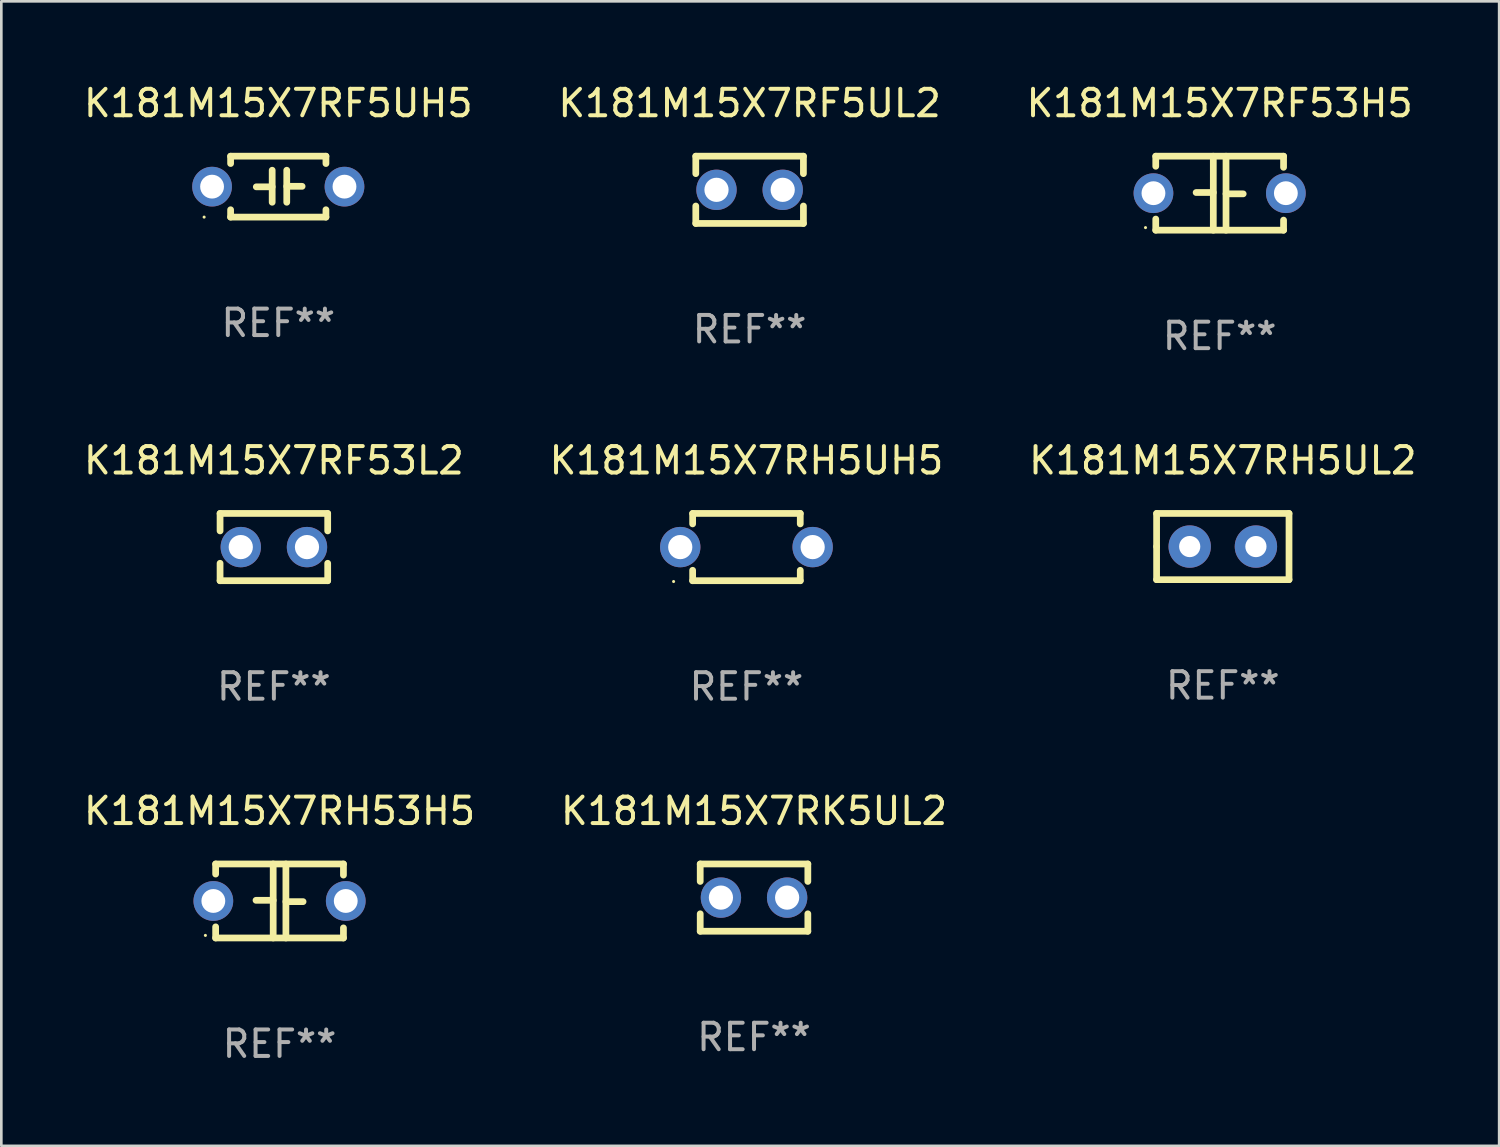
<source format=kicad_pcb>
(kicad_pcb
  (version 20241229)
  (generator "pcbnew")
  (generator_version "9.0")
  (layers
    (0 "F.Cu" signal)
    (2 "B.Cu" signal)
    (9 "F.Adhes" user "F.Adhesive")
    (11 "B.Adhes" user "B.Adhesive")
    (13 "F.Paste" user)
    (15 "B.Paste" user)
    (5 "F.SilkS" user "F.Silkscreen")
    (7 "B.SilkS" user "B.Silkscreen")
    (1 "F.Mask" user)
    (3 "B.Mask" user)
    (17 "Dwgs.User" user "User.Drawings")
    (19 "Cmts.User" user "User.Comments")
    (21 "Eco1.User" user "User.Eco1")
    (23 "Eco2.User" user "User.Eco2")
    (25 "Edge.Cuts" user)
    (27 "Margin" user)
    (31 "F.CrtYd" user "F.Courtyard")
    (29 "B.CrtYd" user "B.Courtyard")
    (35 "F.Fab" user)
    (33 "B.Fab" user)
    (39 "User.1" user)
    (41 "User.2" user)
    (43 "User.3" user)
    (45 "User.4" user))
  (footprint "K181M15X7RK5UL2"
    (layer "F.Cu")
    (at 25.423 30.845)
    (property "Reference" "K181M15X7RK5UL2" (at 0 -3.27 0) (layer "F.SilkS") (effects (font (size 1 1) (thickness 0.15))))
    (attr through_hole)
    (fp_line (start -2.032 -1.27) (end -2.032 -0.611) (stroke (width 0.254) (type solid)) (layer "F.SilkS"))
    (fp_line (start -2.032 0.611) (end -2.032 1.27) (stroke (width 0.254) (type solid)) (layer "F.SilkS"))
    (fp_line (start -2.032 1.27) (end 2.032 1.27) (stroke (width 0.254) (type solid)) (layer "F.SilkS"))
    (fp_line (start 2.032 -1.27) (end -2.032 -1.27) (stroke (width 0.254) (type solid)) (layer "F.SilkS"))
    (fp_line (start 2.032 -0.611) (end 2.032 -1.27) (stroke (width 0.254) (type solid)) (layer "F.SilkS"))
    (fp_line (start 2.032 1.27) (end 2.032 0.611) (stroke (width 0.254) (type solid)) (layer "F.SilkS"))
    (fp_circle (center -2 1.3) (end -1.97 1.3) (stroke (width 0.06) (type solid)) (fill no) (layer "F.SilkS"))
    (fp_text user "REF**" (at 0 5.27 0) (layer "F.Fab") (effects (font (size 1 1) (thickness 0.15))))
    (pad "1" thru_hole circle (at -1.25 0) (size 1.524 1.524) (drill 0.914) (layers "*.Cu" "*.Mask"))
    (pad "2" thru_hole circle (at 1.25 0) (size 1.524 1.524) (drill 0.914) (layers "*.Cu" "*.Mask")))
  (footprint "K181M15X7RH5UL2"
    (layer "F.Cu")
    (at 43.125 17.589)
    (property "Reference" "K181M15X7RH5UL2" (at 0 -3.25 0) (layer "F.SilkS") (effects (font (size 1 1) (thickness 0.15))))
    (attr through_hole)
    (fp_line (start -2.5 -1.25) (end 2.5 -1.25) (stroke (width 0.254) (type solid)) (layer "F.SilkS"))
    (fp_line (start -2.5 0) (end -2.5 -1.25) (stroke (width 0.254) (type solid)) (layer "F.SilkS"))
    (fp_line (start -2.5 1.25) (end -2.5 0) (stroke (width 0.254) (type solid)) (layer "F.SilkS"))
    (fp_line (start 2.5 -1.25) (end 2.5 1.25) (stroke (width 0.254) (type solid)) (layer "F.SilkS"))
    (fp_line (start 2.5 1.25) (end -2.5 1.25) (stroke (width 0.254) (type solid)) (layer "F.SilkS"))
    (fp_circle (center -2.5 1.25) (end -2.47 1.25) (stroke (width 0.06) (type solid)) (fill no) (layer "F.SilkS"))
    (fp_text user "REF**" (at 0 5.25 0) (layer "F.Fab") (effects (font (size 1 1) (thickness 0.15))))
    (pad "1" thru_hole circle (at -1.25 0) (size 1.6 1.6) (drill 0.8) (layers "*.Cu" "*.Mask"))
    (pad "2" thru_hole circle (at 1.25 0) (size 1.6 1.6) (drill 0.8) (layers "*.Cu" "*.Mask")))
  (footprint "K181M15X7RH53H5"
    (layer "F.Cu")
    (at 7.506 30.972)
    (property "Reference" "K181M15X7RH53H5" (at 0 -3.397 0) (layer "F.SilkS") (effects (font (size 1 1) (thickness 0.15))))
    (attr through_hole)
    (fp_line (start -2.413 -1.397) (end 2.413 -1.397) (stroke (width 0.254) (type solid)) (layer "F.SilkS"))
    (fp_line (start -2.413 -1.016) (end -2.413 -1.397) (stroke (width 0.254) (type solid)) (layer "F.SilkS"))
    (fp_line (start -2.413 0.977) (end -2.413 1.397) (stroke (width 0.254) (type solid)) (layer "F.SilkS"))
    (fp_line (start -0.24 -0.025) (end -0.889 -0.025) (stroke (width 0.254) (type solid)) (layer "F.SilkS"))
    (fp_line (start -0.24 1.397) (end -0.24 -1.397) (stroke (width 0.254) (type solid)) (layer "F.SilkS"))
    (fp_line (start 0.24 -1.397) (end 0.24 1.397) (stroke (width 0.254) (type solid)) (layer "F.SilkS"))
    (fp_line (start 0.24 0.025) (end 0.889 0.025) (stroke (width 0.254) (type solid)) (layer "F.SilkS"))
    (fp_line (start 2.413 -0.977) (end 2.413 -1.397) (stroke (width 0.254) (type solid)) (layer "F.SilkS"))
    (fp_line (start 2.413 1.016) (end 2.413 1.397) (stroke (width 0.254) (type solid)) (layer "F.SilkS"))
    (fp_line (start 2.413 1.397) (end -2.413 1.397) (stroke (width 0.254) (type solid)) (layer "F.SilkS"))
    (fp_circle (center -2.8 1.3) (end -2.77 1.3) (stroke (width 0.06) (type solid)) (fill no) (layer "F.SilkS"))
    (fp_text user "REF**" (at 0 5.397 0) (layer "F.Fab") (effects (font (size 1 1) (thickness 0.15))))
    (pad "1" thru_hole circle (at -2.5 0) (size 1.5 1.5) (drill 0.9) (layers "*.Cu" "*.Mask"))
    (pad "2" thru_hole circle (at 2.5 0) (size 1.5 1.5) (drill 0.9) (layers "*.Cu" "*.Mask")))
  (footprint "K181M15X7RF5UH5"
    (layer "F.Cu")
    (at 7.458 3.998)
    (property "Reference" "K181M15X7RF5UH5" (at 0 -3.15 0) (layer "F.SilkS") (effects (font (size 1 1) (thickness 0.15))))
    (attr through_hole)
    (fp_line (start -1.8 -1.15) (end -1.8 -0.872) (stroke (width 0.254) (type solid)) (layer "F.SilkS"))
    (fp_line (start -1.8 -1.15) (end 1.8 -1.15) (stroke (width 0.254) (type solid)) (layer "F.SilkS"))
    (fp_line (start -1.8 0.872) (end -1.8 1.15) (stroke (width 0.254) (type solid)) (layer "F.SilkS"))
    (fp_line (start -1.8 1.15) (end 1.8 1.15) (stroke (width 0.254) (type solid)) (layer "F.SilkS"))
    (fp_line (start -0.23 -0.62) (end -0.23 0.59) (stroke (width 0.254) (type solid)) (layer "F.SilkS"))
    (fp_line (start -0.23 0.007) (end -0.83 0.007) (stroke (width 0.254) (type solid)) (layer "F.SilkS"))
    (fp_line (start 0.32 -0.62) (end 0.32 0.59) (stroke (width 0.254) (type solid)) (layer "F.SilkS"))
    (fp_line (start 0.32 -0.012) (end 0.9 -0.012) (stroke (width 0.254) (type solid)) (layer "F.SilkS"))
    (fp_line (start 1.8 -1.15) (end 1.8 -0.872) (stroke (width 0.254) (type solid)) (layer "F.SilkS"))
    (fp_line (start 1.8 0.872) (end 1.8 1.15) (stroke (width 0.254) (type solid)) (layer "F.SilkS"))
    (fp_circle (center -2.8 1.15) (end -2.77 1.15) (stroke (width 0.06) (type solid)) (fill no) (layer "F.SilkS"))
    (fp_text user "REF**" (at 0 5.15 0) (layer "F.Fab") (effects (font (size 1 1) (thickness 0.15))))
    (pad "1" thru_hole circle (at -2.5 0) (size 1.5 1.5) (drill 0.9) (layers "*.Cu" "*.Mask"))
    (pad "2" thru_hole circle (at 2.5 0) (size 1.5 1.5) (drill 0.9) (layers "*.Cu" "*.Mask")))
  (footprint "K181M15X7RF53H5"
    (layer "F.Cu")
    (at 43.006 4.245)
    (property "Reference" "K181M15X7RF53H5" (at 0 -3.397 0) (layer "F.SilkS") (effects (font (size 1 1) (thickness 0.15))))
    (attr through_hole)
    (fp_line (start -2.413 -1.397) (end 2.413 -1.397) (stroke (width 0.254) (type solid)) (layer "F.SilkS"))
    (fp_line (start -2.413 -1.016) (end -2.413 -1.397) (stroke (width 0.254) (type solid)) (layer "F.SilkS"))
    (fp_line (start -2.413 0.977) (end -2.413 1.397) (stroke (width 0.254) (type solid)) (layer "F.SilkS"))
    (fp_line (start -0.24 -0.025) (end -0.889 -0.025) (stroke (width 0.254) (type solid)) (layer "F.SilkS"))
    (fp_line (start -0.24 1.397) (end -0.24 -1.397) (stroke (width 0.254) (type solid)) (layer "F.SilkS"))
    (fp_line (start 0.24 -1.397) (end 0.24 1.397) (stroke (width 0.254) (type solid)) (layer "F.SilkS"))
    (fp_line (start 0.24 0.025) (end 0.889 0.025) (stroke (width 0.254) (type solid)) (layer "F.SilkS"))
    (fp_line (start 2.413 -0.977) (end 2.413 -1.397) (stroke (width 0.254) (type solid)) (layer "F.SilkS"))
    (fp_line (start 2.413 1.016) (end 2.413 1.397) (stroke (width 0.254) (type solid)) (layer "F.SilkS"))
    (fp_line (start 2.413 1.397) (end -2.413 1.397) (stroke (width 0.254) (type solid)) (layer "F.SilkS"))
    (fp_circle (center -2.8 1.3) (end -2.77 1.3) (stroke (width 0.06) (type solid)) (fill no) (layer "F.SilkS"))
    (fp_text user "REF**" (at 0 5.397 0) (layer "F.Fab") (effects (font (size 1 1) (thickness 0.15))))
    (pad "1" thru_hole circle (at -2.5 0) (size 1.5 1.5) (drill 0.9) (layers "*.Cu" "*.Mask"))
    (pad "2" thru_hole circle (at 2.5 0) (size 1.5 1.5) (drill 0.9) (layers "*.Cu" "*.Mask")))
  (footprint "K181M15X7RF5UL2"
    (layer "F.Cu")
    (at 25.256 4.118)
    (property "Reference" "K181M15X7RF5UL2" (at 0 -3.27 0) (layer "F.SilkS") (effects (font (size 1 1) (thickness 0.15))))
    (attr through_hole)
    (fp_line (start -2.032 -1.27) (end -2.032 -0.611) (stroke (width 0.254) (type solid)) (layer "F.SilkS"))
    (fp_line (start -2.032 0.611) (end -2.032 1.27) (stroke (width 0.254) (type solid)) (layer "F.SilkS"))
    (fp_line (start -2.032 1.27) (end 2.032 1.27) (stroke (width 0.254) (type solid)) (layer "F.SilkS"))
    (fp_line (start 2.032 -1.27) (end -2.032 -1.27) (stroke (width 0.254) (type solid)) (layer "F.SilkS"))
    (fp_line (start 2.032 -0.611) (end 2.032 -1.27) (stroke (width 0.254) (type solid)) (layer "F.SilkS"))
    (fp_line (start 2.032 1.27) (end 2.032 0.611) (stroke (width 0.254) (type solid)) (layer "F.SilkS"))
    (fp_circle (center -2 1.3) (end -1.97 1.3) (stroke (width 0.06) (type solid)) (fill no) (layer "F.SilkS"))
    (fp_text user "REF**" (at 0 5.27 0) (layer "F.Fab") (effects (font (size 1 1) (thickness 0.15))))
    (pad "1" thru_hole circle (at -1.25 0) (size 1.524 1.524) (drill 0.914) (layers "*.Cu" "*.Mask"))
    (pad "2" thru_hole circle (at 1.25 0) (size 1.524 1.524) (drill 0.914) (layers "*.Cu" "*.Mask")))
  (footprint "K181M15X7RF53L2"
    (layer "F.Cu")
    (at 7.292 17.609)
    (property "Reference" "K181M15X7RF53L2" (at 0 -3.27 0) (layer "F.SilkS") (effects (font (size 1 1) (thickness 0.15))))
    (attr through_hole)
    (fp_line (start -2.032 -1.27) (end -2.032 -0.611) (stroke (width 0.254) (type solid)) (layer "F.SilkS"))
    (fp_line (start -2.032 0.611) (end -2.032 1.27) (stroke (width 0.254) (type solid)) (layer "F.SilkS"))
    (fp_line (start -2.032 1.27) (end 2.032 1.27) (stroke (width 0.254) (type solid)) (layer "F.SilkS"))
    (fp_line (start 2.032 -1.27) (end -2.032 -1.27) (stroke (width 0.254) (type solid)) (layer "F.SilkS"))
    (fp_line (start 2.032 -0.611) (end 2.032 -1.27) (stroke (width 0.254) (type solid)) (layer "F.SilkS"))
    (fp_line (start 2.032 1.27) (end 2.032 0.611) (stroke (width 0.254) (type solid)) (layer "F.SilkS"))
    (fp_circle (center -2 1.3) (end -1.97 1.3) (stroke (width 0.06) (type solid)) (fill no) (layer "F.SilkS"))
    (fp_text user "REF**" (at 0 5.27 0) (layer "F.Fab") (effects (font (size 1 1) (thickness 0.15))))
    (pad "1" thru_hole circle (at -1.25 0) (size 1.524 1.524) (drill 0.914) (layers "*.Cu" "*.Mask"))
    (pad "2" thru_hole circle (at 1.25 0) (size 1.524 1.524) (drill 0.914) (layers "*.Cu" "*.Mask")))
  (footprint "K181M15X7RH5UH5"
    (layer "F.Cu")
    (at 25.137 17.609)
    (property "Reference" "K181M15X7RH5UH5" (at 0 -3.27 0) (layer "F.SilkS") (effects (font (size 1 1) (thickness 0.15))))
    (attr through_hole)
    (fp_line (start -2.032 -1.27) (end -2.032 -0.876) (stroke (width 0.254) (type solid)) (layer "F.SilkS"))
    (fp_line (start -2.032 0.876) (end -2.032 1.27) (stroke (width 0.254) (type solid)) (layer "F.SilkS"))
    (fp_line (start -2.032 1.27) (end 2.032 1.27) (stroke (width 0.254) (type solid)) (layer "F.SilkS"))
    (fp_line (start 2.032 -1.27) (end -2.032 -1.27) (stroke (width 0.254) (type solid)) (layer "F.SilkS"))
    (fp_line (start 2.032 -0.876) (end 2.032 -1.27) (stroke (width 0.254) (type solid)) (layer "F.SilkS"))
    (fp_line (start 2.032 1.27) (end 2.032 0.876) (stroke (width 0.254) (type solid)) (layer "F.SilkS"))
    (fp_circle (center -2.751 1.3) (end -2.721 1.3) (stroke (width 0.06) (type solid)) (fill no) (layer "F.SilkS"))
    (fp_text user "REF**" (at 0 5.27 0) (layer "F.Fab") (effects (font (size 1 1) (thickness 0.15))))
    (pad "1" thru_hole circle (at -2.5 0) (size 1.524 1.524) (drill 0.914) (layers "*.Cu" "*.Mask"))
    (pad "2" thru_hole circle (at 2.5 0) (size 1.524 1.524) (drill 0.914) (layers "*.Cu" "*.Mask")))
  (gr_rect
    (start -3 -3)
    (end 53.56 40.218)
    (stroke (width 0.1) (type default))
    (fill no)
    (layer "Edge.Cuts")))
</source>
